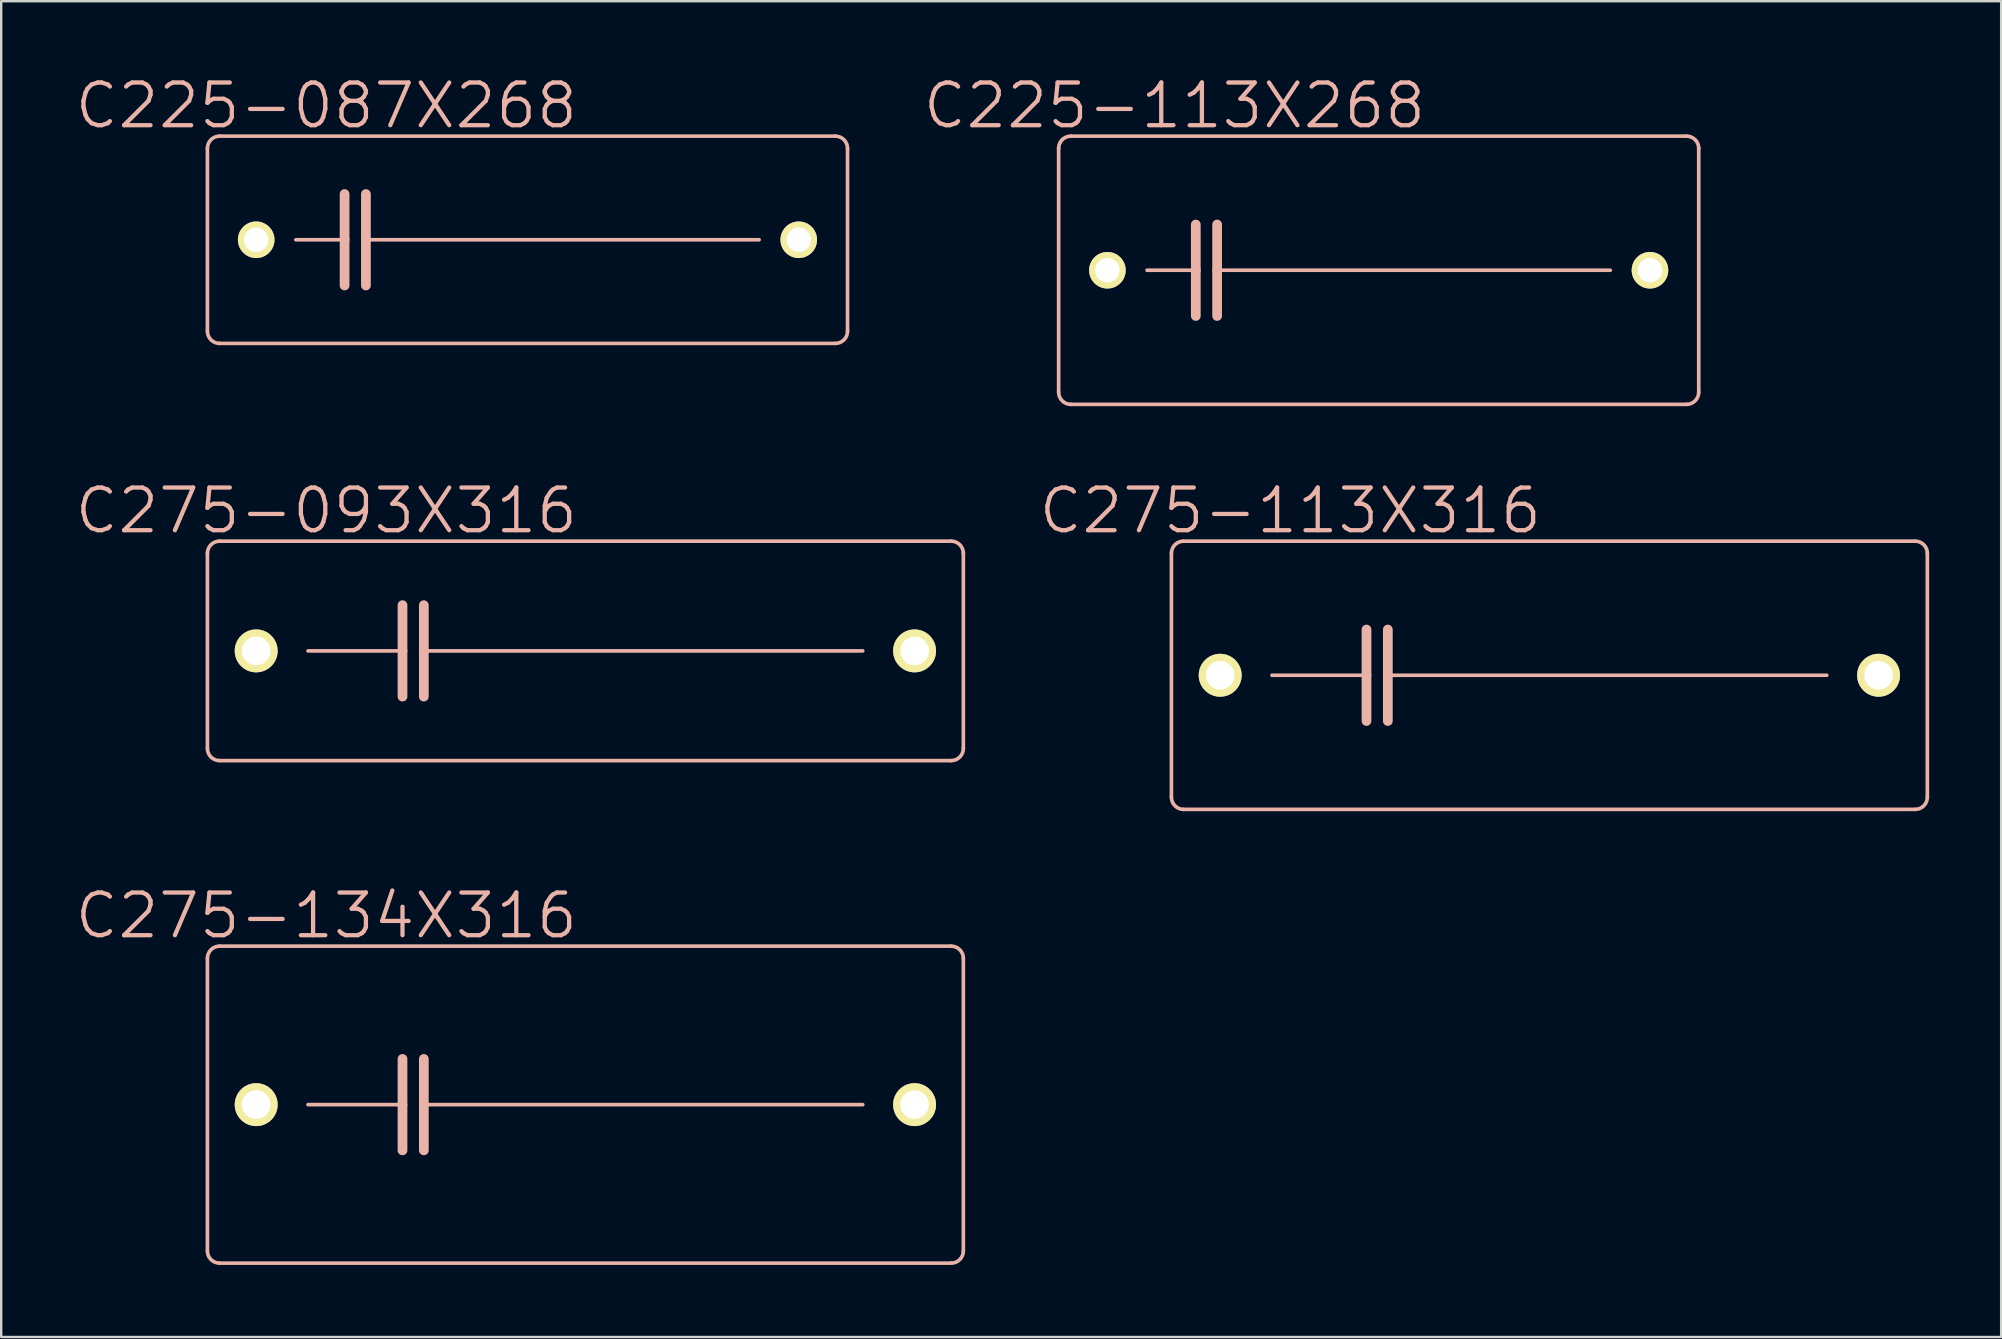
<source format=kicad_pcb>
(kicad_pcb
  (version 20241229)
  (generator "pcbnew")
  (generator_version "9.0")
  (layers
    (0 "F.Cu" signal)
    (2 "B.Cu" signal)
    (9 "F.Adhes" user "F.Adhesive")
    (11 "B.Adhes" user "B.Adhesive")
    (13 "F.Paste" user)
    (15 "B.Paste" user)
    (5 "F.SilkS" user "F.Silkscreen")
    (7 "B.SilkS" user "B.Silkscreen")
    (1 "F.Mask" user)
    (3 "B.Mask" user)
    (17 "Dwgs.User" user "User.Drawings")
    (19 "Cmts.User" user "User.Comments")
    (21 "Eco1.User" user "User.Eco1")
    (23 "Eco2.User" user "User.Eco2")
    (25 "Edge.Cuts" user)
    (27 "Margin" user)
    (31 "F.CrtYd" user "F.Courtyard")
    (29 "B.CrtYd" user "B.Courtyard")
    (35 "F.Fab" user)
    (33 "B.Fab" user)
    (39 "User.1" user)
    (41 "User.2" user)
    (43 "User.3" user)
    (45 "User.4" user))
  (footprint "C225-087X268"
    (layer "F.Cu")
    (at 18.927 6.94)
    (property "Reference" "C225-087X268" (at -8.382 -5.588 0) (layer "B.SilkS") (effects (font (size 1.778 1.778) (thickness 0.178))))
    (attr exclude_from_pos_files exclude_from_bom)
    (fp_line (start -13.335 3.81) (end -13.335 -3.81) (stroke (width 0.152) (type solid)) (layer "B.SilkS"))
    (fp_line (start -12.827 -4.318) (end 12.827 -4.318) (stroke (width 0.152) (type solid)) (layer "B.SilkS"))
    (fp_line (start -9.652 0) (end -7.62 0) (stroke (width 0.152) (type solid)) (layer "B.SilkS"))
    (fp_line (start -7.62 -1.905) (end -7.62 0) (stroke (width 0.406) (type solid)) (layer "B.SilkS"))
    (fp_line (start -7.62 0) (end -7.62 1.905) (stroke (width 0.406) (type solid)) (layer "B.SilkS"))
    (fp_line (start -6.731 -1.905) (end -6.731 0) (stroke (width 0.406) (type solid)) (layer "B.SilkS"))
    (fp_line (start -6.731 0) (end -6.731 1.905) (stroke (width 0.406) (type solid)) (layer "B.SilkS"))
    (fp_line (start -6.731 0) (end 9.652 0) (stroke (width 0.152) (type solid)) (layer "B.SilkS"))
    (fp_line (start 12.827 4.318) (end -12.827 4.318) (stroke (width 0.152) (type solid)) (layer "B.SilkS"))
    (fp_line (start 13.335 -3.81) (end 13.335 3.81) (stroke (width 0.152) (type solid)) (layer "B.SilkS"))
    (fp_arc (start -13.335 -3.81) (mid -13.18621 -4.16921) (end -12.827 -4.318) (stroke (width 0.1524) (type solid)) (layer "B.SilkS"))
    (fp_arc (start -12.827 4.318) (mid -13.18621 4.16921) (end -13.335 3.81) (stroke (width 0.1524) (type solid)) (layer "B.SilkS"))
    (fp_arc (start 12.827 -4.318) (mid 13.18621 -4.16921) (end 13.335 -3.81) (stroke (width 0.1524) (type solid)) (layer "B.SilkS"))
    (fp_arc (start 13.335 3.81) (mid 13.18621 4.16921) (end 12.827 4.318) (stroke (width 0.1524) (type solid)) (layer "B.SilkS"))
    (pad "1" thru_hole circle (at -11.303 0) (size 1.524 1.524) (drill 1.016) (layers "*.Cu" "F.Mask" "F.SilkS" "F.Paste"))
    (pad "2" thru_hole circle (at 11.303 0) (size 1.524 1.524) (drill 1.016) (layers "*.Cu" "F.Mask" "F.SilkS" "F.Paste")))
  (footprint "C275-134X316"
    (layer "F.Cu")
    (at 21.34 42.975)
    (property "Reference" "C275-134X316" (at -10.795 -7.874 0) (layer "B.SilkS") (effects (font (size 1.778 1.778) (thickness 0.178))))
    (attr exclude_from_pos_files exclude_from_bom)
    (fp_line (start -15.748 6.096) (end -15.748 -6.096) (stroke (width 0.152) (type solid)) (layer "B.SilkS"))
    (fp_line (start -15.24 -6.604) (end 15.24 -6.604) (stroke (width 0.152) (type solid)) (layer "B.SilkS"))
    (fp_line (start -11.557 0) (end -7.62 0) (stroke (width 0.152) (type solid)) (layer "B.SilkS"))
    (fp_line (start -7.62 -1.905) (end -7.62 0) (stroke (width 0.406) (type solid)) (layer "B.SilkS"))
    (fp_line (start -7.62 0) (end -7.62 1.905) (stroke (width 0.406) (type solid)) (layer "B.SilkS"))
    (fp_line (start -6.731 -1.905) (end -6.731 0) (stroke (width 0.406) (type solid)) (layer "B.SilkS"))
    (fp_line (start -6.731 0) (end -6.731 1.905) (stroke (width 0.406) (type solid)) (layer "B.SilkS"))
    (fp_line (start -6.731 0) (end 11.557 0) (stroke (width 0.152) (type solid)) (layer "B.SilkS"))
    (fp_line (start 15.24 6.604) (end -15.24 6.604) (stroke (width 0.152) (type solid)) (layer "B.SilkS"))
    (fp_line (start 15.748 -6.096) (end 15.748 6.096) (stroke (width 0.152) (type solid)) (layer "B.SilkS"))
    (fp_arc (start -15.748 -6.096) (mid -15.59921 -6.45521) (end -15.24 -6.604) (stroke (width 0.1524) (type solid)) (layer "B.SilkS"))
    (fp_arc (start -15.24 6.604) (mid -15.59921 6.45521) (end -15.748 6.096) (stroke (width 0.1524) (type solid)) (layer "B.SilkS"))
    (fp_arc (start 15.24 -6.604) (mid 15.59921 -6.45521) (end 15.748 -6.096) (stroke (width 0.1524) (type solid)) (layer "B.SilkS"))
    (fp_arc (start 15.748 6.096) (mid 15.59921 6.45521) (end 15.24 6.604) (stroke (width 0.1524) (type solid)) (layer "B.SilkS"))
    (pad "1" thru_hole circle (at -13.716 0) (size 1.788 1.788) (drill 1.194) (layers "*.Cu" "F.Mask" "F.SilkS" "F.Paste"))
    (pad "2" thru_hole circle (at 13.716 0) (size 1.788 1.788) (drill 1.194) (layers "*.Cu" "F.Mask" "F.SilkS" "F.Paste")))
  (footprint "C225-113X268"
    (layer "F.Cu")
    (at 54.393 8.21)
    (property "Reference" "C225-113X268" (at -8.509 -6.858 0) (layer "B.SilkS") (effects (font (size 1.778 1.778) (thickness 0.178))))
    (attr exclude_from_pos_files exclude_from_bom)
    (fp_line (start -13.335 5.08) (end -13.335 -5.08) (stroke (width 0.152) (type solid)) (layer "B.SilkS"))
    (fp_line (start -12.827 -5.588) (end 12.827 -5.588) (stroke (width 0.152) (type solid)) (layer "B.SilkS"))
    (fp_line (start -9.652 0) (end -7.62 0) (stroke (width 0.152) (type solid)) (layer "B.SilkS"))
    (fp_line (start -7.62 -1.905) (end -7.62 0) (stroke (width 0.406) (type solid)) (layer "B.SilkS"))
    (fp_line (start -7.62 0) (end -7.62 1.905) (stroke (width 0.406) (type solid)) (layer "B.SilkS"))
    (fp_line (start -6.731 -1.905) (end -6.731 0) (stroke (width 0.406) (type solid)) (layer "B.SilkS"))
    (fp_line (start -6.731 0) (end -6.731 1.905) (stroke (width 0.406) (type solid)) (layer "B.SilkS"))
    (fp_line (start -6.731 0) (end 9.652 0) (stroke (width 0.152) (type solid)) (layer "B.SilkS"))
    (fp_line (start 12.827 5.588) (end -12.827 5.588) (stroke (width 0.152) (type solid)) (layer "B.SilkS"))
    (fp_line (start 13.335 -5.08) (end 13.335 5.08) (stroke (width 0.152) (type solid)) (layer "B.SilkS"))
    (fp_arc (start -13.335 -5.08) (mid -13.18621 -5.43921) (end -12.827 -5.588) (stroke (width 0.1524) (type solid)) (layer "B.SilkS"))
    (fp_arc (start -12.827 5.588) (mid -13.18621 5.43921) (end -13.335 5.08) (stroke (width 0.1524) (type solid)) (layer "B.SilkS"))
    (fp_arc (start 12.827 -5.588) (mid 13.18621 -5.43921) (end 13.335 -5.08) (stroke (width 0.1524) (type solid)) (layer "B.SilkS"))
    (fp_arc (start 13.335 5.08) (mid 13.18621 5.43921) (end 12.827 5.588) (stroke (width 0.1524) (type solid)) (layer "B.SilkS"))
    (pad "1" thru_hole circle (at -11.303 0) (size 1.524 1.524) (drill 1.016) (layers "*.Cu" "F.Mask" "F.SilkS" "F.Paste"))
    (pad "2" thru_hole circle (at 11.303 0) (size 1.524 1.524) (drill 1.016) (layers "*.Cu" "F.Mask" "F.SilkS" "F.Paste")))
  (footprint "C275-113X316"
    (layer "F.Cu")
    (at 61.505 25.085)
    (property "Reference" "C275-113X316" (at -10.795 -6.858 0) (layer "B.SilkS") (effects (font (size 1.778 1.778) (thickness 0.178))))
    (attr exclude_from_pos_files exclude_from_bom)
    (fp_line (start -15.748 5.08) (end -15.748 -5.08) (stroke (width 0.152) (type solid)) (layer "B.SilkS"))
    (fp_line (start -15.24 -5.588) (end 15.24 -5.588) (stroke (width 0.152) (type solid)) (layer "B.SilkS"))
    (fp_line (start -11.557 0) (end -7.62 0) (stroke (width 0.152) (type solid)) (layer "B.SilkS"))
    (fp_line (start -7.62 -1.905) (end -7.62 0) (stroke (width 0.406) (type solid)) (layer "B.SilkS"))
    (fp_line (start -7.62 0) (end -7.62 1.905) (stroke (width 0.406) (type solid)) (layer "B.SilkS"))
    (fp_line (start -6.731 -1.905) (end -6.731 0) (stroke (width 0.406) (type solid)) (layer "B.SilkS"))
    (fp_line (start -6.731 0) (end -6.731 1.905) (stroke (width 0.406) (type solid)) (layer "B.SilkS"))
    (fp_line (start -6.731 0) (end 11.557 0) (stroke (width 0.152) (type solid)) (layer "B.SilkS"))
    (fp_line (start 15.24 5.588) (end -15.24 5.588) (stroke (width 0.152) (type solid)) (layer "B.SilkS"))
    (fp_line (start 15.748 -5.08) (end 15.748 5.08) (stroke (width 0.152) (type solid)) (layer "B.SilkS"))
    (fp_arc (start -15.748 -5.08) (mid -15.59921 -5.43921) (end -15.24 -5.588) (stroke (width 0.1524) (type solid)) (layer "B.SilkS"))
    (fp_arc (start -15.24 5.588) (mid -15.59921 5.43921) (end -15.748 5.08) (stroke (width 0.1524) (type solid)) (layer "B.SilkS"))
    (fp_arc (start 15.24 -5.588) (mid 15.59921 -5.43921) (end 15.748 -5.08) (stroke (width 0.1524) (type solid)) (layer "B.SilkS"))
    (fp_arc (start 15.748 5.08) (mid 15.59921 5.43921) (end 15.24 5.588) (stroke (width 0.1524) (type solid)) (layer "B.SilkS"))
    (pad "1" thru_hole circle (at -13.716 0) (size 1.788 1.788) (drill 1.194) (layers "*.Cu" "F.Mask" "F.SilkS" "F.Paste"))
    (pad "2" thru_hole circle (at 13.716 0) (size 1.788 1.788) (drill 1.194) (layers "*.Cu" "F.Mask" "F.SilkS" "F.Paste")))
  (footprint "C275-093X316"
    (layer "F.Cu")
    (at 21.34 24.069)
    (property "Reference" "C275-093X316" (at -10.795 -5.842 0) (layer "B.SilkS") (effects (font (size 1.778 1.778) (thickness 0.178))))
    (attr exclude_from_pos_files exclude_from_bom)
    (fp_line (start -15.748 4.064) (end -15.748 -4.064) (stroke (width 0.152) (type solid)) (layer "B.SilkS"))
    (fp_line (start -15.24 -4.572) (end 15.24 -4.572) (stroke (width 0.152) (type solid)) (layer "B.SilkS"))
    (fp_line (start -11.557 0) (end -7.62 0) (stroke (width 0.152) (type solid)) (layer "B.SilkS"))
    (fp_line (start -7.62 -1.905) (end -7.62 0) (stroke (width 0.406) (type solid)) (layer "B.SilkS"))
    (fp_line (start -7.62 0) (end -7.62 1.905) (stroke (width 0.406) (type solid)) (layer "B.SilkS"))
    (fp_line (start -6.731 -1.905) (end -6.731 0) (stroke (width 0.406) (type solid)) (layer "B.SilkS"))
    (fp_line (start -6.731 0) (end -6.731 1.905) (stroke (width 0.406) (type solid)) (layer "B.SilkS"))
    (fp_line (start -6.731 0) (end 11.557 0) (stroke (width 0.152) (type solid)) (layer "B.SilkS"))
    (fp_line (start 15.24 4.572) (end -15.24 4.572) (stroke (width 0.152) (type solid)) (layer "B.SilkS"))
    (fp_line (start 15.748 -4.064) (end 15.748 4.064) (stroke (width 0.152) (type solid)) (layer "B.SilkS"))
    (fp_arc (start -15.748 -4.064) (mid -15.59921 -4.42321) (end -15.24 -4.572) (stroke (width 0.1524) (type solid)) (layer "B.SilkS"))
    (fp_arc (start -15.24 4.572) (mid -15.59921 4.42321) (end -15.748 4.064) (stroke (width 0.1524) (type solid)) (layer "B.SilkS"))
    (fp_arc (start 15.24 -4.572) (mid 15.59921 -4.42321) (end 15.748 -4.064) (stroke (width 0.1524) (type solid)) (layer "B.SilkS"))
    (fp_arc (start 15.748 4.064) (mid 15.59921 4.42321) (end 15.24 4.572) (stroke (width 0.1524) (type solid)) (layer "B.SilkS"))
    (pad "1" thru_hole circle (at -13.716 0) (size 1.788 1.788) (drill 1.194) (layers "*.Cu" "F.Mask" "F.SilkS" "F.Paste"))
    (pad "2" thru_hole circle (at 13.716 0) (size 1.788 1.788) (drill 1.194) (layers "*.Cu" "F.Mask" "F.SilkS" "F.Paste")))
  (gr_rect
    (start -3 -3)
    (end 80.329 52.655)
    (stroke (width 0.1) (type default))
    (fill no)
    (layer "Edge.Cuts")))
</source>
